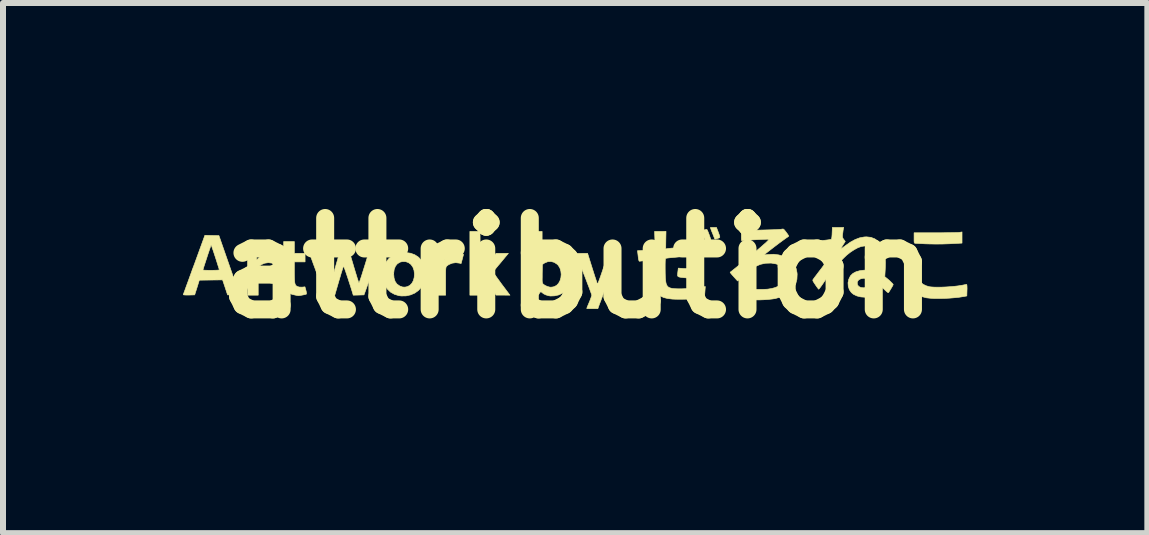
<source format=kicad_pcb>
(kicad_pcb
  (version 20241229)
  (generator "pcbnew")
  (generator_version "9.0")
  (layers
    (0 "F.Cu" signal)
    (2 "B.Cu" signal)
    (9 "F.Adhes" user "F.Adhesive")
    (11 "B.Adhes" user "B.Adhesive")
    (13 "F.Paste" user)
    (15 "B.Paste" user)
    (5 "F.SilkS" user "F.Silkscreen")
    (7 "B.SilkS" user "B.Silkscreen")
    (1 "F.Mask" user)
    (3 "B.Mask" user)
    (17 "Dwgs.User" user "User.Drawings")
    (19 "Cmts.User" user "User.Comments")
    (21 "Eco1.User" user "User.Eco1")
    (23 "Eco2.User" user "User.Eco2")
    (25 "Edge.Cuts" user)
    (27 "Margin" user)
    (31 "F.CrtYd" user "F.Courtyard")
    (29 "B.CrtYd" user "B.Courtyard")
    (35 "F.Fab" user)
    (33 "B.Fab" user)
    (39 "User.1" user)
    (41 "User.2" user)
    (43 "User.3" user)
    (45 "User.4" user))
  (footprint "attribution"
    (layer "F.Cu")
    (at 6.579 1.418)
    (property "Reference" "attribution" (at 0 0 0) (layer "F.SilkS") (effects (font (size 1.524 1.524) (thickness 0.3))))
    (attr through_hole)
    (fp_poly (pts (xy 2.155 -0.642) (xy 2.162 -0.629) (xy 2.173 -0.604) (xy 2.186 -0.571) (xy 2.199 -0.536) (xy 2.21 -0.503) (xy 2.218 -0.478) (xy 2.22 -0.467) (xy 2.212 -0.457) (xy 2.192 -0.446) (xy 2.184 -0.444) (xy 2.152 -0.435) (xy 2.134 -0.434) (xy 2.127 -0.439) (xy 2.126 -0.445) (xy 2.122 -0.458) (xy 2.114 -0.484) (xy 2.101 -0.519) (xy 2.094 -0.538) (xy 2.063 -0.62) (xy 2.106 -0.635) (xy 2.132 -0.642) (xy 2.151 -0.644) (xy 2.155 -0.642)) (stroke (width 0.01) (type solid)) (fill yes) (layer "F.SilkS"))
    (fp_poly (pts (xy 2.342 -0.602) (xy 2.357 -0.561) (xy 2.366 -0.534) (xy 2.369 -0.517) (xy 2.365 -0.508) (xy 2.356 -0.502) (xy 2.349 -0.5) (xy 2.316 -0.488) (xy 2.297 -0.483) (xy 2.286 -0.486) (xy 2.28 -0.494) (xy 2.28 -0.496) (xy 2.274 -0.512) (xy 2.263 -0.54) (xy 2.249 -0.576) (xy 2.242 -0.592) (xy 2.228 -0.627) (xy 2.218 -0.655) (xy 2.212 -0.672) (xy 2.211 -0.674) (xy 2.219 -0.676) (xy 2.241 -0.677) (xy 2.262 -0.677) (xy 2.313 -0.677) (xy 2.342 -0.602)) (stroke (width 0.01) (type solid)) (fill yes) (layer "F.SilkS"))
    (fp_poly (pts (xy 6.406 -0.416) (xy 6.315 -0.411) (xy 6.201 -0.405) (xy 6.084 -0.401) (xy 5.968 -0.4) (xy 5.86 -0.402) (xy 5.79 -0.404) (xy 5.739 -0.407) (xy 5.693 -0.409) (xy 5.656 -0.411) (xy 5.633 -0.412) (xy 5.628 -0.413) (xy 5.618 -0.414) (xy 5.612 -0.42) (xy 5.608 -0.433) (xy 5.607 -0.458) (xy 5.607 -0.498) (xy 5.607 -0.501) (xy 5.607 -0.588) (xy 5.967 -0.588) (xy 6.049 -0.588) (xy 6.127 -0.589) (xy 6.197 -0.59) (xy 6.259 -0.591) (xy 6.309 -0.592) (xy 6.345 -0.593) (xy 6.365 -0.595) (xy 6.366 -0.595) (xy 6.406 -0.602) (xy 6.406 -0.416)) (stroke (width 0.01) (type solid)) (fill yes) (layer "F.SilkS"))
    (fp_poly (pts (xy -5.097 -0.245) (xy -5.066 -0.241) (xy -5.051 -0.237) (xy -5.027 -0.227) (xy -5.046 -0.151) (xy -5.066 -0.075) (xy -5.094 -0.082) (xy -5.156 -0.09) (xy -5.217 -0.081) (xy -5.272 -0.058) (xy -5.303 -0.035) (xy -5.31 -0.028) (xy -5.315 -0.021) (xy -5.319 -0.01) (xy -5.321 0.007) (xy -5.323 0.032) (xy -5.324 0.068) (xy -5.324 0.116) (xy -5.325 0.18) (xy -5.325 0.218) (xy -5.325 0.452) (xy -5.503 0.452) (xy -5.503 -0.245) (xy -5.364 -0.245) (xy -5.357 -0.193) (xy -5.353 -0.165) (xy -5.35 -0.146) (xy -5.348 -0.141) (xy -5.341 -0.147) (xy -5.324 -0.162) (xy -5.309 -0.176) (xy -5.254 -0.217) (xy -5.193 -0.24) (xy -5.132 -0.247) (xy -5.097 -0.245)) (stroke (width 0.01) (type solid)) (fill yes) (layer "F.SilkS"))
    (fp_poly (pts (xy -1.974 -0.245) (xy -1.943 -0.241) (xy -1.928 -0.237) (xy -1.903 -0.227) (xy -1.923 -0.151) (xy -1.943 -0.075) (xy -1.971 -0.082) (xy -2.033 -0.09) (xy -2.094 -0.081) (xy -2.149 -0.058) (xy -2.18 -0.035) (xy -2.187 -0.028) (xy -2.192 -0.021) (xy -2.195 -0.01) (xy -2.198 0.007) (xy -2.2 0.032) (xy -2.201 0.068) (xy -2.201 0.116) (xy -2.201 0.18) (xy -2.201 0.218) (xy -2.201 0.452) (xy -2.38 0.452) (xy -2.38 -0.245) (xy -2.24 -0.245) (xy -2.234 -0.193) (xy -2.23 -0.165) (xy -2.227 -0.146) (xy -2.225 -0.141) (xy -2.218 -0.147) (xy -2.201 -0.162) (xy -2.186 -0.176) (xy -2.131 -0.217) (xy -2.069 -0.24) (xy -2.009 -0.247) (xy -1.974 -0.245)) (stroke (width 0.01) (type solid)) (fill yes) (layer "F.SilkS"))
    (fp_poly (pts (xy -1.625 -0.266) (xy -1.623 0.08) (xy -1.492 -0.082) (xy -1.36 -0.245) (xy -1.155 -0.245) (xy -1.193 -0.2) (xy -1.213 -0.176) (xy -1.242 -0.141) (xy -1.275 -0.101) (xy -1.31 -0.059) (xy -1.317 -0.052) (xy -1.348 -0.014) (xy -1.375 0.019) (xy -1.395 0.045) (xy -1.407 0.06) (xy -1.408 0.063) (xy -1.404 0.073) (xy -1.39 0.096) (xy -1.367 0.13) (xy -1.337 0.172) (xy -1.302 0.22) (xy -1.271 0.263) (xy -1.129 0.452) (xy -1.244 0.451) (xy -1.359 0.451) (xy -1.482 0.281) (xy -1.518 0.231) (xy -1.551 0.186) (xy -1.579 0.149) (xy -1.6 0.12) (xy -1.613 0.104) (xy -1.616 0.102) (xy -1.62 0.102) (xy -1.623 0.111) (xy -1.625 0.132) (xy -1.627 0.166) (xy -1.627 0.215) (xy -1.627 0.272) (xy -1.627 0.452) (xy -1.797 0.452) (xy -1.797 -0.611) (xy -1.628 -0.611) (xy -1.625 -0.266)) (stroke (width 0.01) (type solid)) (fill yes) (layer "F.SilkS"))
    (fp_poly (pts (xy -4.723 -0.245) (xy -4.544 -0.245) (xy -4.544 -0.103) (xy -4.723 -0.103) (xy -4.723 0.071) (xy -4.722 0.141) (xy -4.72 0.195) (xy -4.717 0.235) (xy -4.711 0.264) (xy -4.702 0.284) (xy -4.69 0.297) (xy -4.673 0.307) (xy -4.666 0.31) (xy -4.638 0.317) (xy -4.602 0.318) (xy -4.592 0.318) (xy -4.546 0.313) (xy -4.53 0.37) (xy -4.523 0.4) (xy -4.52 0.424) (xy -4.522 0.434) (xy -4.534 0.438) (xy -4.558 0.444) (xy -4.588 0.45) (xy -4.619 0.456) (xy -4.644 0.459) (xy -4.657 0.46) (xy -4.668 0.458) (xy -4.692 0.454) (xy -4.711 0.45) (xy -4.763 0.438) (xy -4.803 0.418) (xy -4.837 0.389) (xy -4.855 0.368) (xy -4.869 0.347) (xy -4.88 0.323) (xy -4.887 0.293) (xy -4.893 0.254) (xy -4.896 0.204) (xy -4.898 0.139) (xy -4.899 0.092) (xy -4.903 -0.103) (xy -4.995 -0.103) (xy -4.995 -0.245) (xy -4.901 -0.245) (xy -4.901 -0.442) (xy -4.723 -0.442) (xy -4.723 -0.245)) (stroke (width 0.01) (type solid)) (fill yes) (layer "F.SilkS"))
    (fp_poly (pts (xy 5.597 0.005) (xy 5.634 0.008) (xy 5.668 0.012) (xy 5.688 0.015) (xy 5.716 0.019) (xy 5.704 0.078) (xy 5.695 0.142) (xy 5.7 0.194) (xy 5.72 0.237) (xy 5.756 0.27) (xy 5.808 0.295) (xy 5.86 0.311) (xy 5.894 0.315) (xy 5.943 0.318) (xy 6.003 0.319) (xy 6.071 0.318) (xy 6.142 0.315) (xy 6.214 0.31) (xy 6.281 0.304) (xy 6.342 0.297) (xy 6.374 0.292) (xy 6.416 0.285) (xy 6.451 0.278) (xy 6.475 0.274) (xy 6.484 0.273) (xy 6.487 0.282) (xy 6.489 0.305) (xy 6.49 0.34) (xy 6.489 0.369) (xy 6.486 0.465) (xy 6.425 0.476) (xy 6.356 0.487) (xy 6.277 0.495) (xy 6.192 0.502) (xy 6.106 0.506) (xy 6.022 0.507) (xy 5.944 0.507) (xy 5.876 0.503) (xy 5.821 0.497) (xy 5.809 0.495) (xy 5.721 0.472) (xy 5.65 0.441) (xy 5.594 0.401) (xy 5.552 0.352) (xy 5.538 0.327) (xy 5.523 0.295) (xy 5.515 0.265) (xy 5.512 0.23) (xy 5.511 0.202) (xy 5.513 0.154) (xy 5.518 0.103) (xy 5.523 0.064) (xy 5.535 -0.001) (xy 5.597 0.005)) (stroke (width 0.01) (type solid)) (fill yes) (layer "F.SilkS"))
    (fp_poly (pts (xy 0.244 0.007) (xy 0.265 0.073) (xy 0.284 0.133) (xy 0.301 0.184) (xy 0.315 0.225) (xy 0.324 0.253) (xy 0.33 0.266) (xy 0.33 0.267) (xy 0.334 0.26) (xy 0.344 0.238) (xy 0.358 0.202) (xy 0.375 0.155) (xy 0.395 0.098) (xy 0.417 0.034) (xy 0.423 0.015) (xy 0.51 -0.245) (xy 0.686 -0.245) (xy 0.667 -0.195) (xy 0.655 -0.164) (xy 0.637 -0.119) (xy 0.616 -0.063) (xy 0.591 0.002) (xy 0.563 0.074) (xy 0.534 0.15) (xy 0.505 0.228) (xy 0.476 0.304) (xy 0.448 0.377) (xy 0.422 0.445) (xy 0.4 0.504) (xy 0.382 0.553) (xy 0.368 0.588) (xy 0.362 0.604) (xy 0.336 0.677) (xy 0.243 0.677) (xy 0.204 0.677) (xy 0.173 0.676) (xy 0.154 0.675) (xy 0.151 0.674) (xy 0.154 0.664) (xy 0.163 0.64) (xy 0.177 0.607) (xy 0.193 0.569) (xy 0.21 0.527) (xy 0.223 0.491) (xy 0.232 0.465) (xy 0.235 0.452) (xy 0.232 0.441) (xy 0.222 0.413) (xy 0.207 0.372) (xy 0.188 0.32) (xy 0.164 0.258) (xy 0.138 0.189) (xy 0.109 0.114) (xy 0.103 0.1) (xy 0.074 0.025) (xy 0.047 -0.044) (xy 0.023 -0.106) (xy 0.003 -0.159) (xy -0.013 -0.2) (xy -0.023 -0.228) (xy -0.028 -0.24) (xy -0.028 -0.241) (xy -0.019 -0.242) (xy 0.004 -0.244) (xy 0.039 -0.244) (xy 0.068 -0.245) (xy 0.165 -0.245) (xy 0.244 0.007)) (stroke (width 0.01) (type solid)) (fill yes) (layer "F.SilkS"))
    (fp_poly (pts (xy -2.785 -0.247) (xy -2.716 -0.222) (xy -2.656 -0.183) (xy -2.651 -0.179) (xy -2.604 -0.126) (xy -2.57 -0.062) (xy -2.549 0.01) (xy -2.541 0.086) (xy -2.546 0.164) (xy -2.566 0.239) (xy -2.599 0.308) (xy -2.607 0.32) (xy -2.655 0.374) (xy -2.715 0.417) (xy -2.785 0.447) (xy -2.862 0.464) (xy -2.942 0.465) (xy -2.98 0.46) (xy -3.053 0.438) (xy -3.119 0.401) (xy -3.173 0.349) (xy -3.214 0.286) (xy -3.216 0.282) (xy -3.227 0.259) (xy -3.234 0.237) (xy -3.238 0.213) (xy -3.24 0.181) (xy -3.241 0.137) (xy -3.241 0.113) (xy -3.241 0.098) (xy -3.067 0.098) (xy -3.061 0.167) (xy -3.043 0.223) (xy -3.013 0.266) (xy -2.969 0.297) (xy -2.959 0.302) (xy -2.918 0.316) (xy -2.88 0.318) (xy -2.84 0.31) (xy -2.798 0.289) (xy -2.764 0.254) (xy -2.739 0.209) (xy -2.725 0.155) (xy -2.721 0.098) (xy -2.728 0.039) (xy -2.747 -0.015) (xy -2.779 -0.06) (xy -2.821 -0.091) (xy -2.87 -0.108) (xy -2.923 -0.108) (xy -2.959 -0.099) (xy -3.005 -0.072) (xy -3.038 -0.031) (xy -3.059 0.023) (xy -3.067 0.09) (xy -3.067 0.098) (xy -3.241 0.098) (xy -3.241 0.063) (xy -3.239 0.027) (xy -3.236 0.001) (xy -3.231 -0.021) (xy -3.222 -0.044) (xy -3.21 -0.067) (xy -3.188 -0.105) (xy -3.162 -0.141) (xy -3.141 -0.165) (xy -3.079 -0.209) (xy -3.01 -0.239) (xy -2.935 -0.256) (xy -2.859 -0.258) (xy -2.785 -0.247)) (stroke (width 0.01) (type solid)) (fill yes) (layer "F.SilkS"))
    (fp_poly (pts (xy -6.097 -0.543) (xy -5.98 -0.541) (xy -5.808 -0.047) (xy -5.776 0.045) (xy -5.746 0.131) (xy -5.718 0.211) (xy -5.693 0.281) (xy -5.672 0.342) (xy -5.656 0.39) (xy -5.644 0.425) (xy -5.637 0.445) (xy -5.635 0.45) (xy -5.644 0.45) (xy -5.668 0.451) (xy -5.702 0.45) (xy -5.735 0.45) (xy -5.836 0.447) (xy -5.877 0.322) (xy -5.919 0.197) (xy -6.307 0.202) (xy -6.345 0.325) (xy -6.384 0.447) (xy -6.481 0.45) (xy -6.528 0.45) (xy -6.559 0.448) (xy -6.574 0.445) (xy -6.574 0.443) (xy -6.571 0.432) (xy -6.561 0.406) (xy -6.546 0.365) (xy -6.527 0.312) (xy -6.503 0.247) (xy -6.476 0.173) (xy -6.446 0.09) (xy -6.425 0.032) (xy -6.247 0.032) (xy -6.238 0.034) (xy -6.213 0.036) (xy -6.177 0.037) (xy -6.131 0.038) (xy -6.11 0.038) (xy -6.062 0.037) (xy -6.021 0.036) (xy -5.991 0.034) (xy -5.975 0.031) (xy -5.974 0.03) (xy -5.976 0.019) (xy -5.984 -0.007) (xy -5.996 -0.044) (xy -6.01 -0.089) (xy -6.026 -0.14) (xy -6.043 -0.192) (xy -6.06 -0.244) (xy -6.076 -0.292) (xy -6.09 -0.333) (xy -6.101 -0.364) (xy -6.108 -0.382) (xy -6.11 -0.386) (xy -6.113 -0.377) (xy -6.121 -0.354) (xy -6.133 -0.319) (xy -6.148 -0.275) (xy -6.165 -0.225) (xy -6.182 -0.172) (xy -6.199 -0.12) (xy -6.215 -0.071) (xy -6.229 -0.028) (xy -6.239 0.005) (xy -6.245 0.026) (xy -6.247 0.032) (xy -6.425 0.032) (xy -6.414 0.002) (xy -6.392 -0.056) (xy -6.214 -0.546) (xy -6.097 -0.543)) (stroke (width 0.01) (type solid)) (fill yes) (layer "F.SilkS"))
    (fp_poly (pts (xy -0.593 -0.405) (xy -0.592 -0.344) (xy -0.591 -0.291) (xy -0.59 -0.247) (xy -0.588 -0.216) (xy -0.586 -0.199) (xy -0.584 -0.198) (xy -0.572 -0.204) (xy -0.565 -0.211) (xy -0.544 -0.226) (xy -0.509 -0.239) (xy -0.466 -0.249) (xy -0.42 -0.256) (xy -0.393 -0.257) (xy -0.321 -0.248) (xy -0.256 -0.222) (xy -0.2 -0.181) (xy -0.155 -0.125) (xy -0.132 -0.082) (xy -0.107 -0.007) (xy -0.097 0.072) (xy -0.1 0.152) (xy -0.116 0.229) (xy -0.145 0.3) (xy -0.185 0.361) (xy -0.204 0.382) (xy -0.255 0.42) (xy -0.317 0.448) (xy -0.385 0.463) (xy -0.453 0.466) (xy -0.486 0.461) (xy -0.532 0.447) (xy -0.57 0.428) (xy -0.592 0.41) (xy -0.61 0.396) (xy -0.626 0.402) (xy -0.64 0.423) (xy -0.648 0.439) (xy -0.658 0.448) (xy -0.676 0.451) (xy -0.707 0.452) (xy -0.762 0.452) (xy -0.762 0.194) (xy -0.592 0.194) (xy -0.591 0.223) (xy -0.588 0.242) (xy -0.584 0.255) (xy -0.578 0.264) (xy -0.571 0.271) (xy -0.541 0.291) (xy -0.502 0.308) (xy -0.463 0.318) (xy -0.452 0.319) (xy -0.426 0.317) (xy -0.396 0.311) (xy -0.393 0.31) (xy -0.352 0.289) (xy -0.319 0.255) (xy -0.295 0.211) (xy -0.28 0.16) (xy -0.275 0.105) (xy -0.281 0.05) (xy -0.297 -0.001) (xy -0.324 -0.045) (xy -0.342 -0.063) (xy -0.39 -0.095) (xy -0.443 -0.109) (xy -0.496 -0.107) (xy -0.547 -0.087) (xy -0.557 -0.081) (xy -0.588 -0.06) (xy -0.591 0.095) (xy -0.591 0.152) (xy -0.592 0.194) (xy -0.762 0.194) (xy -0.762 -0.611) (xy -0.593 -0.611) (xy -0.593 -0.405)) (stroke (width 0.01) (type solid)) (fill yes) (layer "F.SilkS"))
    (fp_poly (pts (xy -4.201 0.01) (xy -4.182 0.075) (xy -4.164 0.134) (xy -4.148 0.183) (xy -4.135 0.222) (xy -4.126 0.247) (xy -4.121 0.257) (xy -4.12 0.257) (xy -4.116 0.246) (xy -4.108 0.22) (xy -4.095 0.18) (xy -4.08 0.13) (xy -4.063 0.071) (xy -4.045 0.007) (xy -3.975 -0.235) (xy -3.795 -0.235) (xy -3.726 -0.002) (xy -3.707 0.061) (xy -3.689 0.119) (xy -3.674 0.169) (xy -3.661 0.208) (xy -3.653 0.234) (xy -3.649 0.244) (xy -3.647 0.246) (xy -3.643 0.24) (xy -3.637 0.228) (xy -3.628 0.205) (xy -3.617 0.173) (xy -3.602 0.128) (xy -3.584 0.07) (xy -3.561 -0.003) (xy -3.533 -0.092) (xy -3.522 -0.129) (xy -3.486 -0.245) (xy -3.312 -0.245) (xy -3.34 -0.167) (xy -3.351 -0.138) (xy -3.367 -0.094) (xy -3.387 -0.039) (xy -3.41 0.025) (xy -3.435 0.094) (xy -3.46 0.165) (xy -3.465 0.179) (xy -3.562 0.447) (xy -3.651 0.45) (xy -3.741 0.452) (xy -3.757 0.398) (xy -3.782 0.318) (xy -3.807 0.241) (xy -3.83 0.17) (xy -3.851 0.107) (xy -3.869 0.054) (xy -3.884 0.012) (xy -3.896 -0.017) (xy -3.902 -0.031) (xy -3.904 -0.031) (xy -3.908 -0.02) (xy -3.917 0.006) (xy -3.929 0.045) (xy -3.945 0.096) (xy -3.962 0.154) (xy -3.98 0.214) (xy -4.049 0.452) (xy -4.213 0.452) (xy -4.233 0.397) (xy -4.242 0.375) (xy -4.256 0.338) (xy -4.274 0.288) (xy -4.296 0.229) (xy -4.32 0.163) (xy -4.346 0.092) (xy -4.358 0.061) (xy -4.383 -0.008) (xy -4.407 -0.072) (xy -4.427 -0.128) (xy -4.444 -0.174) (xy -4.457 -0.209) (xy -4.465 -0.229) (xy -4.466 -0.233) (xy -4.464 -0.238) (xy -4.449 -0.242) (xy -4.421 -0.244) (xy -4.377 -0.245) (xy -4.373 -0.245) (xy -4.275 -0.245) (xy -4.201 0.01)) (stroke (width 0.01) (type solid)) (fill yes) (layer "F.SilkS"))
    (fp_poly (pts (xy 3.428 -0.65) (xy 3.44 -0.641) (xy 3.456 -0.622) (xy 3.475 -0.597) (xy 3.496 -0.569) (xy 3.511 -0.546) (xy 3.518 -0.534) (xy 3.518 -0.533) (xy 3.511 -0.526) (xy 3.493 -0.513) (xy 3.483 -0.506) (xy 3.466 -0.495) (xy 3.439 -0.475) (xy 3.403 -0.449) (xy 3.361 -0.418) (xy 3.316 -0.384) (xy 3.27 -0.349) (xy 3.226 -0.315) (xy 3.185 -0.283) (xy 3.15 -0.256) (xy 3.125 -0.236) (xy 3.11 -0.223) (xy 3.107 -0.22) (xy 3.117 -0.22) (xy 3.141 -0.222) (xy 3.173 -0.226) (xy 3.178 -0.226) (xy 3.266 -0.23) (xy 3.351 -0.219) (xy 3.432 -0.196) (xy 3.504 -0.161) (xy 3.563 -0.115) (xy 3.565 -0.113) (xy 3.611 -0.058) (xy 3.64 0.003) (xy 3.655 0.074) (xy 3.658 0.101) (xy 3.654 0.187) (xy 3.634 0.264) (xy 3.597 0.332) (xy 3.545 0.391) (xy 3.478 0.44) (xy 3.396 0.479) (xy 3.3 0.506) (xy 3.295 0.508) (xy 3.241 0.516) (xy 3.176 0.523) (xy 3.105 0.528) (xy 3.034 0.531) (xy 2.972 0.531) (xy 2.938 0.53) (xy 2.888 0.526) (xy 2.873 0.472) (xy 2.864 0.438) (xy 2.854 0.406) (xy 2.85 0.391) (xy 2.844 0.37) (xy 2.841 0.358) (xy 2.85 0.356) (xy 2.874 0.355) (xy 2.911 0.354) (xy 2.958 0.355) (xy 2.99 0.356) (xy 3.085 0.356) (xy 3.165 0.352) (xy 3.233 0.341) (xy 3.292 0.325) (xy 3.346 0.302) (xy 3.354 0.297) (xy 3.408 0.26) (xy 3.444 0.217) (xy 3.464 0.165) (xy 3.468 0.145) (xy 3.467 0.084) (xy 3.45 0.032) (xy 3.417 -0.012) (xy 3.369 -0.046) (xy 3.307 -0.069) (xy 3.233 -0.082) (xy 3.217 -0.083) (xy 3.128 -0.08) (xy 3.046 -0.062) (xy 2.964 -0.027) (xy 2.954 -0.022) (xy 2.912 0.002) (xy 2.874 0.027) (xy 2.837 0.056) (xy 2.796 0.092) (xy 2.746 0.139) (xy 2.742 0.143) (xy 2.666 0.216) (xy 2.602 0.145) (xy 2.575 0.115) (xy 2.555 0.091) (xy 2.543 0.075) (xy 2.541 0.071) (xy 2.549 0.064) (xy 2.57 0.048) (xy 2.601 0.023) (xy 2.64 -0.008) (xy 2.684 -0.044) (xy 2.7 -0.056) (xy 2.759 -0.104) (xy 2.822 -0.155) (xy 2.885 -0.208) (xy 2.947 -0.259) (xy 3.005 -0.309) (xy 3.058 -0.354) (xy 3.103 -0.394) (xy 3.139 -0.425) (xy 3.162 -0.448) (xy 3.165 -0.451) (xy 3.193 -0.48) (xy 3.141 -0.48) (xy 3.11 -0.479) (xy 3.066 -0.477) (xy 3.016 -0.475) (xy 2.961 -0.472) (xy 2.905 -0.469) (xy 2.853 -0.465) (xy 2.807 -0.462) (xy 2.771 -0.459) (xy 2.749 -0.456) (xy 2.745 -0.455) (xy 2.737 -0.455) (xy 2.732 -0.461) (xy 2.729 -0.476) (xy 2.728 -0.505) (xy 2.728 -0.539) (xy 2.728 -0.627) (xy 3.046 -0.633) (xy 3.123 -0.635) (xy 3.195 -0.637) (xy 3.26 -0.639) (xy 3.316 -0.641) (xy 3.359 -0.644) (xy 3.388 -0.646) (xy 3.397 -0.648) (xy 3.415 -0.651) (xy 3.428 -0.65)) (stroke (width 0.01) (type solid)) (fill yes) (layer "F.SilkS"))
    (fp_poly (pts (xy 2.036 -0.588) (xy 2.033 -0.54) (xy 2.03 -0.486) (xy 2.028 -0.446) (xy 2.024 -0.374) (xy 2.134 -0.381) (xy 2.179 -0.383) (xy 2.218 -0.387) (xy 2.247 -0.39) (xy 2.26 -0.392) (xy 2.268 -0.392) (xy 2.273 -0.386) (xy 2.275 -0.37) (xy 2.276 -0.34) (xy 2.277 -0.312) (xy 2.277 -0.229) (xy 2.205 -0.222) (xy 2.16 -0.219) (xy 2.114 -0.217) (xy 2.079 -0.216) (xy 2.026 -0.216) (xy 2.015 -0.072) (xy 2.009 -0.001) (xy 2.002 0.054) (xy 1.994 0.095) (xy 1.983 0.124) (xy 1.969 0.144) (xy 1.963 0.149) (xy 1.939 0.161) (xy 1.901 0.167) (xy 1.848 0.167) (xy 1.778 0.161) (xy 1.769 0.16) (xy 1.722 0.155) (xy 1.691 0.149) (xy 1.673 0.141) (xy 1.665 0.127) (xy 1.665 0.103) (xy 1.669 0.066) (xy 1.671 0.05) (xy 1.677 0.001) (xy 1.755 0.007) (xy 1.793 0.009) (xy 1.819 0.007) (xy 1.836 -0.001) (xy 1.846 -0.018) (xy 1.851 -0.048) (xy 1.855 -0.092) (xy 1.857 -0.111) (xy 1.862 -0.198) (xy 1.838 -0.198) (xy 1.819 -0.197) (xy 1.786 -0.194) (xy 1.742 -0.191) (xy 1.692 -0.186) (xy 1.64 -0.181) (xy 1.588 -0.176) (xy 1.543 -0.172) (xy 1.506 -0.168) (xy 1.484 -0.165) (xy 1.479 -0.164) (xy 1.472 -0.162) (xy 1.466 -0.157) (xy 1.462 -0.148) (xy 1.46 -0.131) (xy 1.459 -0.103) (xy 1.458 -0.062) (xy 1.458 -0.006) (xy 1.458 0.003) (xy 1.459 0.089) (xy 1.461 0.158) (xy 1.466 0.213) (xy 1.473 0.255) (xy 1.485 0.286) (xy 1.5 0.308) (xy 1.521 0.323) (xy 1.547 0.333) (xy 1.576 0.34) (xy 1.616 0.344) (xy 1.67 0.346) (xy 1.735 0.346) (xy 1.807 0.343) (xy 1.883 0.339) (xy 1.957 0.333) (xy 2.027 0.325) (xy 2.088 0.315) (xy 2.096 0.314) (xy 2.127 0.308) (xy 2.12 0.401) (xy 2.117 0.441) (xy 2.115 0.472) (xy 2.113 0.492) (xy 2.112 0.497) (xy 2.099 0.501) (xy 2.071 0.505) (xy 2.03 0.508) (xy 1.979 0.512) (xy 1.92 0.515) (xy 1.857 0.517) (xy 1.793 0.519) (xy 1.731 0.52) (xy 1.672 0.52) (xy 1.621 0.519) (xy 1.58 0.517) (xy 1.576 0.517) (xy 1.496 0.507) (xy 1.433 0.491) (xy 1.384 0.468) (xy 1.348 0.436) (xy 1.322 0.393) (xy 1.304 0.338) (xy 1.299 0.309) (xy 1.296 0.281) (xy 1.293 0.238) (xy 1.291 0.185) (xy 1.289 0.124) (xy 1.289 0.061) (xy 1.289 0.054) (xy 1.289 -0.141) (xy 1.258 -0.141) (xy 1.236 -0.14) (xy 1.2 -0.136) (xy 1.158 -0.131) (xy 1.134 -0.127) (xy 1.093 -0.121) (xy 1.059 -0.117) (xy 1.035 -0.114) (xy 1.028 -0.113) (xy 1.021 -0.122) (xy 1.015 -0.145) (xy 1.011 -0.167) (xy 1.007 -0.204) (xy 1.003 -0.239) (xy 1.001 -0.255) (xy 0.996 -0.289) (xy 1.135 -0.295) (xy 1.185 -0.298) (xy 1.228 -0.301) (xy 1.26 -0.305) (xy 1.28 -0.309) (xy 1.283 -0.31) (xy 1.286 -0.322) (xy 1.287 -0.35) (xy 1.288 -0.391) (xy 1.288 -0.441) (xy 1.287 -0.465) (xy 1.282 -0.611) (xy 1.377 -0.611) (xy 1.472 -0.612) (xy 1.469 -0.465) (xy 1.467 -0.319) (xy 1.502 -0.325) (xy 1.523 -0.327) (xy 1.557 -0.331) (xy 1.601 -0.335) (xy 1.651 -0.34) (xy 1.702 -0.345) (xy 1.752 -0.349) (xy 1.796 -0.353) (xy 1.829 -0.356) (xy 1.849 -0.357) (xy 1.852 -0.357) (xy 1.857 -0.361) (xy 1.86 -0.372) (xy 1.862 -0.393) (xy 1.862 -0.427) (xy 1.862 -0.476) (xy 1.861 -0.508) (xy 1.857 -0.659) (xy 2.04 -0.659) (xy 2.036 -0.588)) (stroke (width 0.01) (type solid)) (fill yes) (layer "F.SilkS"))
    (fp_poly (pts (xy 4.428 -0.651) (xy 4.424 -0.628) (xy 4.42 -0.594) (xy 4.416 -0.568) (xy 4.413 -0.534) (xy 4.415 -0.512) (xy 4.422 -0.495) (xy 4.435 -0.477) (xy 4.46 -0.444) (xy 4.422 -0.385) (xy 4.404 -0.356) (xy 4.392 -0.334) (xy 4.387 -0.323) (xy 4.388 -0.322) (xy 4.396 -0.326) (xy 4.416 -0.339) (xy 4.443 -0.359) (xy 4.458 -0.37) (xy 4.544 -0.431) (xy 4.624 -0.475) (xy 4.7 -0.504) (xy 4.775 -0.518) (xy 4.814 -0.52) (xy 4.887 -0.512) (xy 4.952 -0.487) (xy 5.009 -0.446) (xy 5.056 -0.389) (xy 5.094 -0.317) (xy 5.108 -0.28) (xy 5.119 -0.23) (xy 5.126 -0.165) (xy 5.129 -0.089) (xy 5.127 -0.004) (xy 5.126 0.023) (xy 5.119 0.144) (xy 5.144 0.164) (xy 5.172 0.187) (xy 5.201 0.212) (xy 5.227 0.238) (xy 5.248 0.259) (xy 5.258 0.273) (xy 5.259 0.275) (xy 5.254 0.287) (xy 5.241 0.311) (xy 5.222 0.343) (xy 5.2 0.379) (xy 5.184 0.405) (xy 5.177 0.41) (xy 5.166 0.406) (xy 5.148 0.391) (xy 5.122 0.367) (xy 5.095 0.341) (xy 5.078 0.328) (xy 5.068 0.324) (xy 5.061 0.328) (xy 5.058 0.333) (xy 5.032 0.368) (xy 4.998 0.404) (xy 4.961 0.436) (xy 4.926 0.457) (xy 4.922 0.459) (xy 4.857 0.479) (xy 4.788 0.486) (xy 4.72 0.481) (xy 4.655 0.465) (xy 4.599 0.439) (xy 4.561 0.408) (xy 4.528 0.36) (xy 4.51 0.305) (xy 4.506 0.246) (xy 4.659 0.246) (xy 4.664 0.28) (xy 4.685 0.307) (xy 4.719 0.324) (xy 4.761 0.329) (xy 4.795 0.326) (xy 4.826 0.319) (xy 4.835 0.315) (xy 4.862 0.296) (xy 4.887 0.268) (xy 4.906 0.238) (xy 4.912 0.221) (xy 4.911 0.209) (xy 4.898 0.198) (xy 4.872 0.187) (xy 4.868 0.186) (xy 4.812 0.172) (xy 4.761 0.17) (xy 4.718 0.179) (xy 4.684 0.197) (xy 4.664 0.224) (xy 4.659 0.246) (xy 4.506 0.246) (xy 4.506 0.246) (xy 4.518 0.187) (xy 4.544 0.134) (xy 4.549 0.127) (xy 4.587 0.09) (xy 4.639 0.062) (xy 4.702 0.044) (xy 4.773 0.035) (xy 4.849 0.037) (xy 4.927 0.051) (xy 4.932 0.052) (xy 4.958 0.058) (xy 4.958 -0.058) (xy 4.956 -0.133) (xy 4.95 -0.192) (xy 4.938 -0.239) (xy 4.921 -0.277) (xy 4.899 -0.307) (xy 4.855 -0.344) (xy 4.806 -0.364) (xy 4.775 -0.367) (xy 4.727 -0.36) (xy 4.67 -0.339) (xy 4.609 -0.306) (xy 4.545 -0.264) (xy 4.482 -0.214) (xy 4.436 -0.17) (xy 4.37 -0.103) (xy 4.37 0.115) (xy 4.371 0.184) (xy 4.372 0.253) (xy 4.373 0.317) (xy 4.375 0.373) (xy 4.377 0.415) (xy 4.378 0.426) (xy 4.385 0.517) (xy 4.195 0.517) (xy 4.202 0.306) (xy 4.203 0.245) (xy 4.204 0.191) (xy 4.205 0.146) (xy 4.205 0.114) (xy 4.204 0.096) (xy 4.203 0.094) (xy 4.197 0.101) (xy 4.182 0.122) (xy 4.16 0.153) (xy 4.133 0.192) (xy 4.111 0.225) (xy 4.082 0.268) (xy 4.056 0.305) (xy 4.035 0.333) (xy 4.021 0.349) (xy 4.017 0.353) (xy 4.009 0.344) (xy 3.993 0.323) (xy 3.972 0.294) (xy 3.961 0.277) (xy 3.938 0.243) (xy 3.924 0.22) (xy 3.919 0.205) (xy 3.921 0.195) (xy 3.924 0.189) (xy 3.934 0.176) (xy 3.952 0.151) (xy 3.979 0.116) (xy 4.011 0.073) (xy 4.048 0.025) (xy 4.068 -0.001) (xy 4.106 -0.053) (xy 4.141 -0.1) (xy 4.171 -0.142) (xy 4.194 -0.176) (xy 4.208 -0.198) (xy 4.211 -0.204) (xy 4.22 -0.234) (xy 4.224 -0.269) (xy 4.224 -0.274) (xy 4.224 -0.313) (xy 4.189 -0.308) (xy 4.146 -0.301) (xy 4.1 -0.296) (xy 4.056 -0.29) (xy 4.016 -0.286) (xy 3.986 -0.284) (xy 3.968 -0.283) (xy 3.966 -0.283) (xy 3.963 -0.294) (xy 3.96 -0.318) (xy 3.956 -0.353) (xy 3.954 -0.368) (xy 3.946 -0.449) (xy 4.082 -0.46) (xy 4.132 -0.465) (xy 4.174 -0.47) (xy 4.207 -0.475) (xy 4.226 -0.479) (xy 4.229 -0.481) (xy 4.233 -0.494) (xy 4.237 -0.521) (xy 4.24 -0.558) (xy 4.241 -0.584) (xy 4.245 -0.677) (xy 4.433 -0.677) (xy 4.428 -0.651)) (stroke (width 0.01) (type solid)) (fill yes) (layer "F.SilkS")))
  (gr_rect
    (start -3 -3)
    (end 16.074 5.836)
    (stroke (width 0.1) (type default))
    (fill no)
    (layer "Edge.Cuts")))
</source>
